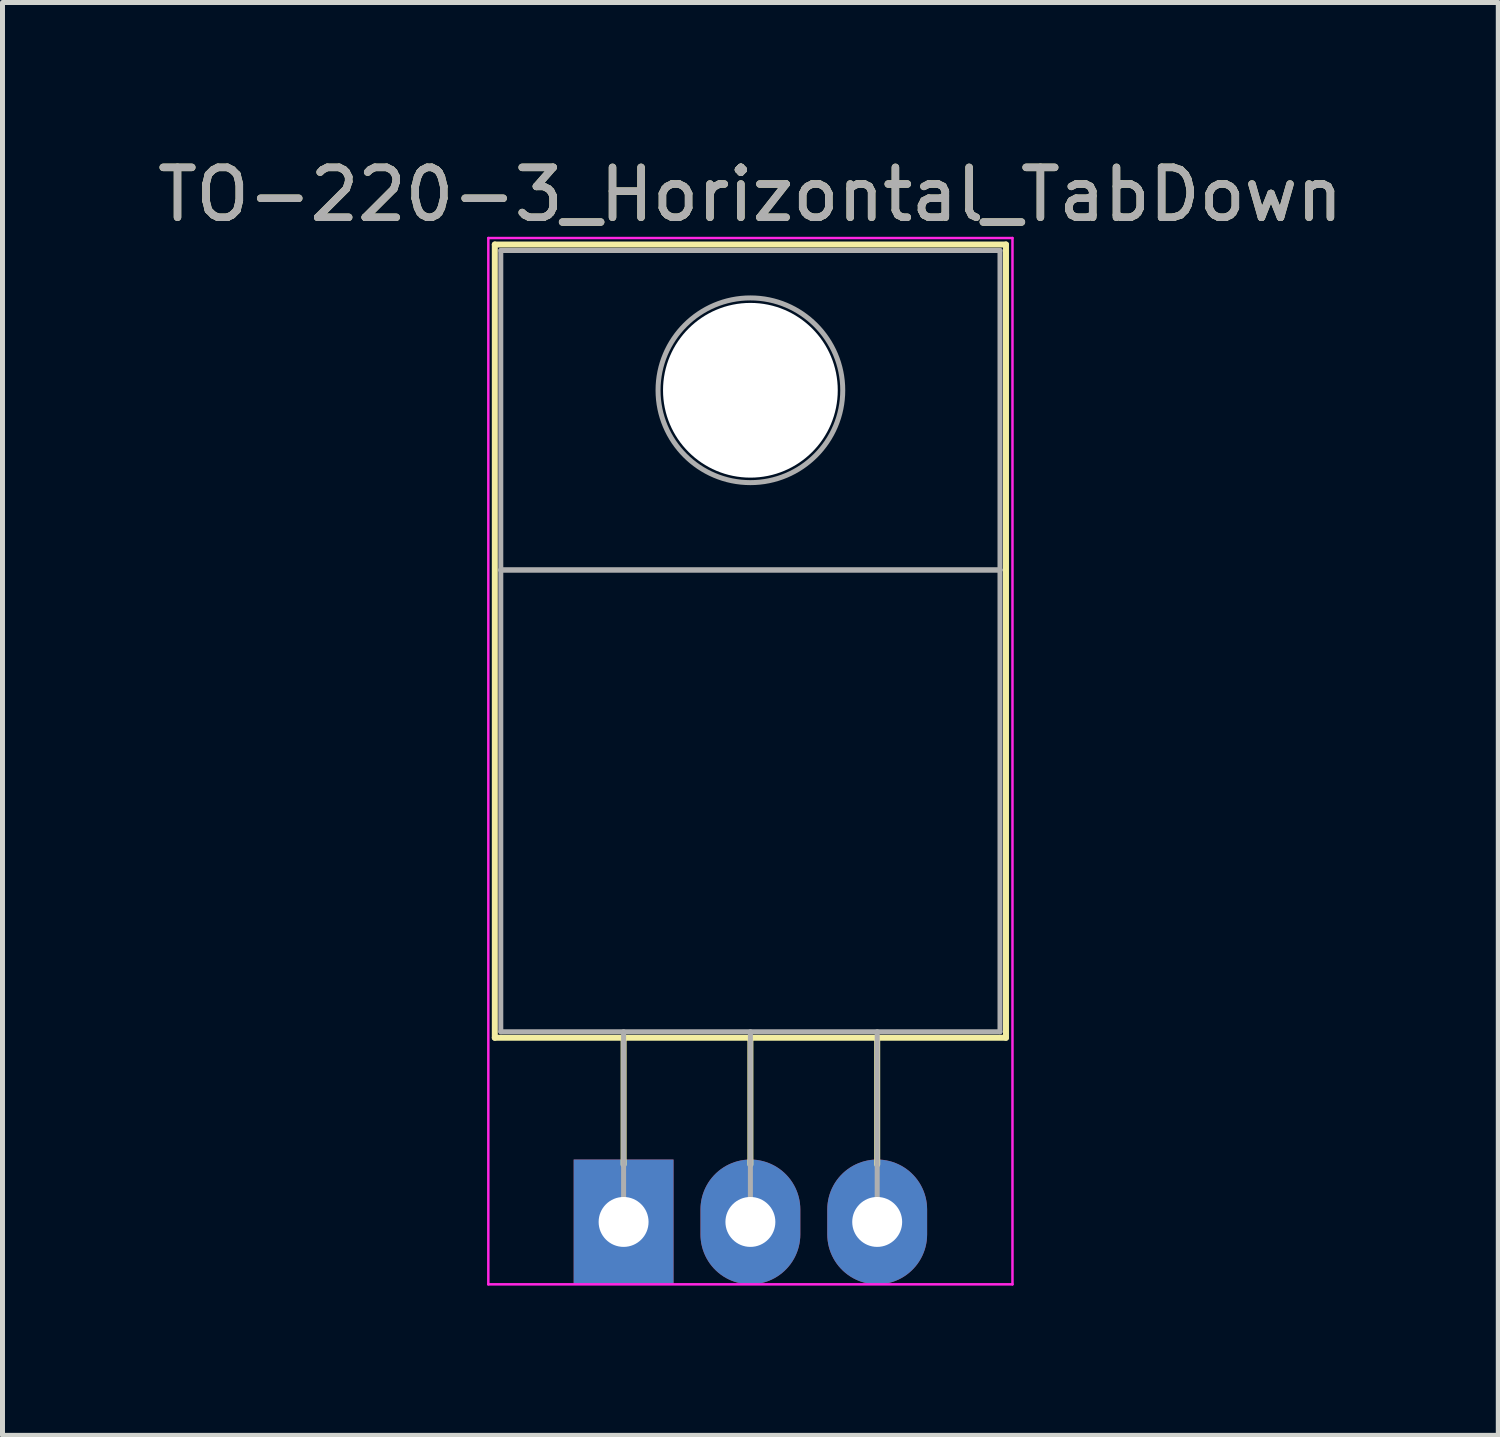
<source format=kicad_pcb>
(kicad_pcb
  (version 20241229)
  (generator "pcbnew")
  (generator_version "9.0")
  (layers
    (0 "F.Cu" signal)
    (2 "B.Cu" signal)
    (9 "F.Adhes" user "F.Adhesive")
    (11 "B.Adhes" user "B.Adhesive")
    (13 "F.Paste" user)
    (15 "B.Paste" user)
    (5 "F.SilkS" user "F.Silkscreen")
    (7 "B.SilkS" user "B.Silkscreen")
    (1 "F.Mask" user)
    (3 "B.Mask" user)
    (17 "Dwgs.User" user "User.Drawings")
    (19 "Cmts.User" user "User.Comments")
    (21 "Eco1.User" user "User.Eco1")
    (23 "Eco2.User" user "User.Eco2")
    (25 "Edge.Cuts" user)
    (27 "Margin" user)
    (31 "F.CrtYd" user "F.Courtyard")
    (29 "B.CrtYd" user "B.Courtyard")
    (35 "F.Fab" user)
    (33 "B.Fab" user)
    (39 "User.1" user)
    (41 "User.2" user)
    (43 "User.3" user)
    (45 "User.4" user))
  (footprint "TO-220-3_Horizontal_TabDown"
    (layer "F.Cu")
    (at 9.442 21.428)
    (property "Reference" "TO-220-3_Horizontal_TabDown" (at 2.54 -20.58 0) (layer "F.SilkS") (effects (font (size 1 1) (thickness 0.15))))
    (attr through_hole)
    (fp_line (start -2.58 -19.58) (end -2.58 -3.69) (stroke (width 0.12) (type solid)) (layer "F.SilkS"))
    (fp_line (start -2.58 -19.58) (end 7.66 -19.58) (stroke (width 0.12) (type solid)) (layer "F.SilkS"))
    (fp_line (start -2.58 -3.69) (end 7.66 -3.69) (stroke (width 0.12) (type solid)) (layer "F.SilkS"))
    (fp_line (start 0 -3.69) (end 0 -1.15) (stroke (width 0.12) (type solid)) (layer "F.SilkS"))
    (fp_line (start 2.54 -3.69) (end 2.54 -1.15) (stroke (width 0.12) (type solid)) (layer "F.SilkS"))
    (fp_line (start 5.08 -3.69) (end 5.08 -1.15) (stroke (width 0.12) (type solid)) (layer "F.SilkS"))
    (fp_line (start 7.66 -19.58) (end 7.66 -3.69) (stroke (width 0.12) (type solid)) (layer "F.SilkS"))
    (fp_line (start -2.71 -19.71) (end -2.71 1.25) (stroke (width 0.05) (type solid)) (layer "F.CrtYd"))
    (fp_line (start -2.71 1.25) (end 7.79 1.25) (stroke (width 0.05) (type solid)) (layer "F.CrtYd"))
    (fp_line (start 7.79 -19.71) (end -2.71 -19.71) (stroke (width 0.05) (type solid)) (layer "F.CrtYd"))
    (fp_line (start 7.79 1.25) (end 7.79 -19.71) (stroke (width 0.05) (type solid)) (layer "F.CrtYd"))
    (fp_line (start -2.46 -19.46) (end 7.54 -19.46) (stroke (width 0.1) (type solid)) (layer "F.Fab"))
    (fp_line (start -2.46 -13.06) (end -2.46 -19.46) (stroke (width 0.1) (type solid)) (layer "F.Fab"))
    (fp_line (start -2.46 -13.06) (end 7.54 -13.06) (stroke (width 0.1) (type solid)) (layer "F.Fab"))
    (fp_line (start -2.46 -3.81) (end -2.46 -13.06) (stroke (width 0.1) (type solid)) (layer "F.Fab"))
    (fp_line (start 0 -3.81) (end 0 0) (stroke (width 0.1) (type solid)) (layer "F.Fab"))
    (fp_line (start 2.54 -3.81) (end 2.54 0) (stroke (width 0.1) (type solid)) (layer "F.Fab"))
    (fp_line (start 5.08 -3.81) (end 5.08 0) (stroke (width 0.1) (type solid)) (layer "F.Fab"))
    (fp_line (start 7.54 -19.46) (end 7.54 -13.06) (stroke (width 0.1) (type solid)) (layer "F.Fab"))
    (fp_line (start 7.54 -13.06) (end -2.46 -13.06) (stroke (width 0.1) (type solid)) (layer "F.Fab"))
    (fp_line (start 7.54 -13.06) (end 7.54 -3.81) (stroke (width 0.1) (type solid)) (layer "F.Fab"))
    (fp_line (start 7.54 -3.81) (end -2.46 -3.81) (stroke (width 0.1) (type solid)) (layer "F.Fab"))
    (fp_circle (center 2.54 -16.66) (end 4.39 -16.66) (stroke (width 0.1) (type solid)) (fill no) (layer "F.Fab"))
    (fp_text user "${REFERENCE}" (at 2.54 -20.58 0) (layer "F.Fab") (effects (font (size 1 1) (thickness 0.15))))
    (pad "" np_thru_hole oval (at 2.54 -16.66) (size 3.5 3.5) (drill 3.5) (layers "*.Cu" "*.Mask"))
    (pad "1" thru_hole rect (at 0 0) (size 2 2.5) (drill 1) (layers "*.Cu" "*.Mask"))
    (pad "2" thru_hole oval (at 2.54 0) (size 2 2.5) (drill 1) (layers "*.Cu" "*.Mask"))
    (pad "3" thru_hole oval (at 5.08 0) (size 2 2.5) (drill 1) (layers "*.Cu" "*.Mask")))
  (gr_rect
    (start -3 -3)
    (end 26.964 25.703)
    (stroke (width 0.1) (type default))
    (fill no)
    (layer "Edge.Cuts")))
</source>
